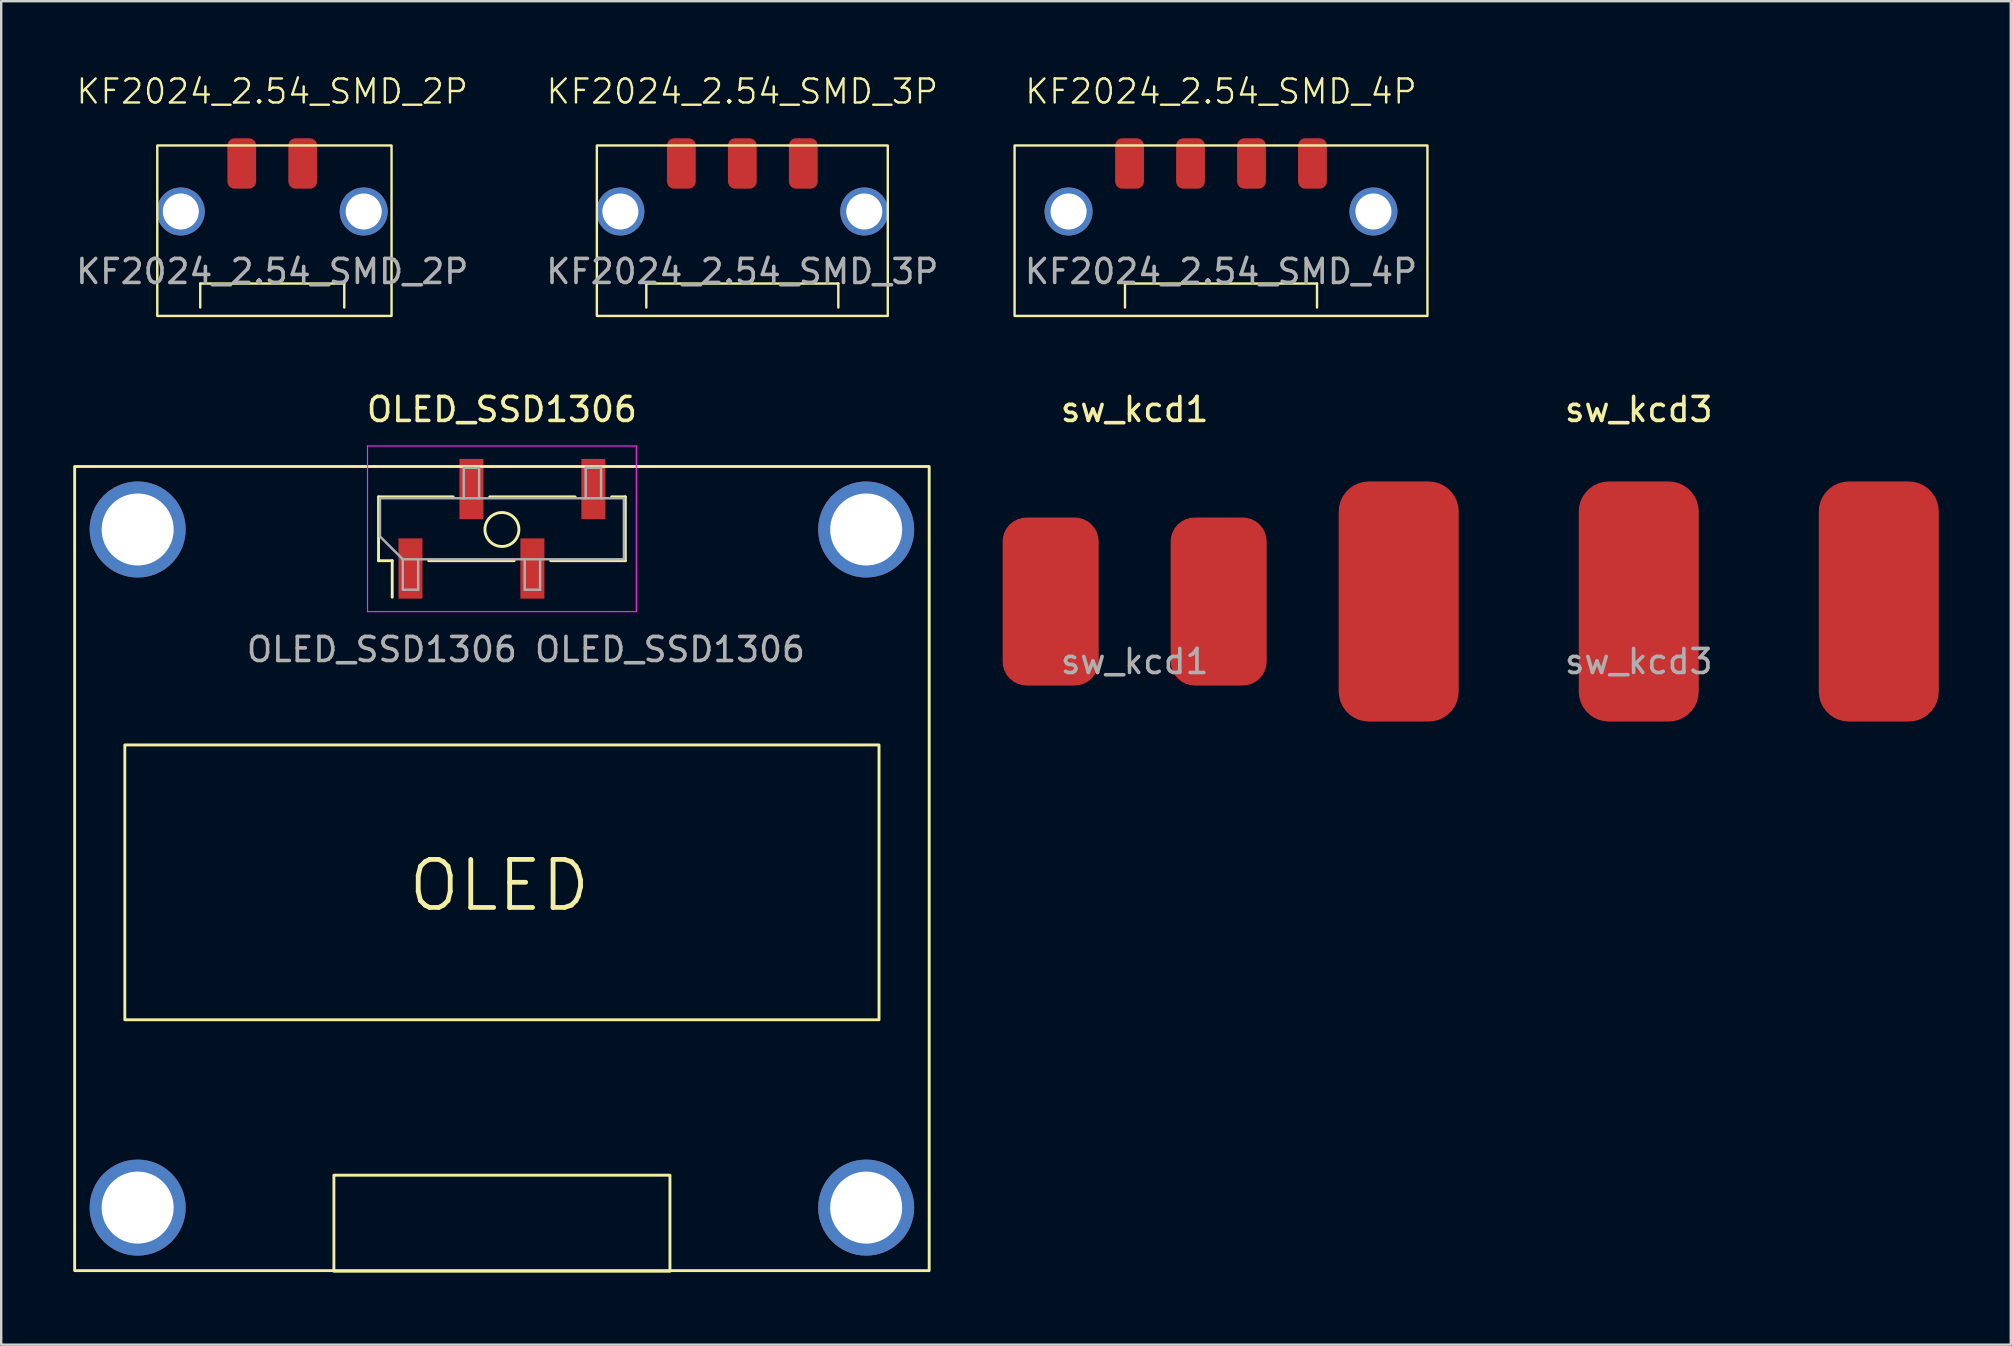
<source format=kicad_pcb>
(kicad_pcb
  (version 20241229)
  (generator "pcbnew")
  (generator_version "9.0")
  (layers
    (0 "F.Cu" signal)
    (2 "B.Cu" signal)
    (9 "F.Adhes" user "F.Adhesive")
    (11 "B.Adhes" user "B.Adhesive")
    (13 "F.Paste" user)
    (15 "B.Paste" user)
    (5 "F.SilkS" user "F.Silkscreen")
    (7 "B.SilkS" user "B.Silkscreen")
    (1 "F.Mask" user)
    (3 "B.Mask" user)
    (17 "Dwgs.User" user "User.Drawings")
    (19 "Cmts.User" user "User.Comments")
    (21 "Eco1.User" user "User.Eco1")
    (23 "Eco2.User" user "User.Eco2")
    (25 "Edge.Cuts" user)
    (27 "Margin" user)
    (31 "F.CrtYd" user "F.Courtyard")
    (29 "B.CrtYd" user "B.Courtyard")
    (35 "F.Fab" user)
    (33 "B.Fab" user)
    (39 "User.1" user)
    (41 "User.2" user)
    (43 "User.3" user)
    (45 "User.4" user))
  (footprint "KF2024_2.54_SMD_2P"
    (layer "F.Cu")
    (at 8.292 5.761)
    (property "Reference" "KF2024_2.54_SMD_2P" (at 0 -5 0) (unlocked yes) (layer "F.SilkS") (effects (font (size 1 1) (thickness 0.1))))
    (attr smd)
    (fp_line (start -3 3) (end 3 3) (stroke (width 0.1) (type default)) (layer "F.SilkS"))
    (fp_line (start -3 4) (end -3 3) (stroke (width 0.1) (type default)) (layer "F.SilkS"))
    (fp_line (start 3 3) (end 3 4) (stroke (width 0.1) (type default)) (layer "F.SilkS"))
    (fp_rect (start -4.79 -2.75) (end 4.97 4.35) (stroke (width 0.1) (type default)) (fill no) (layer "F.SilkS"))
    (fp_text user "${REFERENCE}" (at 0 2.5 0) (unlocked yes) (layer "F.Fab") (effects (font (size 1 1) (thickness 0.15))))
    (pad "1" smd roundrect (at -1.27 -2) (size 1.2 2.1) (layers "F.Cu" "F.Mask" "F.Paste") (roundrect_rratio 0.25))
    (pad "2" smd roundrect (at 1.27 -2) (size 1.2 2.1) (layers "F.Cu" "F.Mask" "F.Paste") (roundrect_rratio 0.25))
    (pad "MP" thru_hole circle (at -3.81 0) (size 2 2) (drill 1.5) (layers "*.Cu" "*.Mask"))
    (pad "MP" thru_hole circle (at 3.81 0) (size 2 2) (drill 1.5) (layers "*.Cu" "*.Mask")))
  (footprint "sw_kcd3"
    (layer "F.Cu")
    (at 65.22 22.009)
    (property "Reference" "sw_kcd3" (at 0 -8 0) (unlocked yes) (layer "F.SilkS") (effects (font (size 1 1) (thickness 0.15))))
    (attr smd)
    (fp_text user "${REFERENCE}" (at 0 2.5 0) (unlocked yes) (layer "F.Fab") (effects (font (size 1 1) (thickness 0.15))))
    (pad "1" smd roundrect (at -10 0) (size 5 10) (layers "F.Cu" "F.Mask" "F.Paste") (roundrect_rratio 0.25))
    (pad "2" smd roundrect (at 0 0) (size 5 10) (layers "F.Cu" "F.Mask" "F.Paste") (roundrect_rratio 0.25))
    (pad "3" smd roundrect (at 10 0) (size 5 10) (layers "F.Cu" "F.Mask" "F.Paste") (roundrect_rratio 0.25)))
  (footprint "sw_kcd1"
    (layer "F.Cu")
    (at 44.22 22.009)
    (property "Reference" "sw_kcd1" (at 0 -8 0) (unlocked yes) (layer "F.SilkS") (effects (font (size 1 1) (thickness 0.15))))
    (attr smd)
    (fp_text user "${REFERENCE}" (at 0 2.5 0) (unlocked yes) (layer "F.Fab") (effects (font (size 1 1) (thickness 0.15))))
    (pad "1" smd roundrect (at -3.5 0) (size 4 7) (layers "F.Cu" "F.Mask" "F.Paste") (roundrect_rratio 0.25))
    (pad "2" smd roundrect (at 3.5 0) (size 4 7) (layers "F.Cu" "F.Mask" "F.Paste") (roundrect_rratio 0.25)))
  (footprint "KF2024_2.54_SMD_3P"
    (layer "F.Cu")
    (at 27.875 5.761)
    (property "Reference" "KF2024_2.54_SMD_3P" (at 0 -5 0) (unlocked yes) (layer "F.SilkS") (effects (font (size 1 1) (thickness 0.1))))
    (attr smd)
    (fp_line (start -4 3) (end 4 3) (stroke (width 0.1) (type default)) (layer "F.SilkS"))
    (fp_line (start -4 4) (end -4 3) (stroke (width 0.1) (type default)) (layer "F.SilkS"))
    (fp_line (start 4 3) (end 4 4) (stroke (width 0.1) (type default)) (layer "F.SilkS"))
    (fp_rect (start -6.06 -2.75) (end 6.06 4.35) (stroke (width 0.1) (type default)) (fill no) (layer "F.SilkS"))
    (fp_text user "${REFERENCE}" (at 0 2.5 0) (unlocked yes) (layer "F.Fab") (effects (font (size 1 1) (thickness 0.15))))
    (pad "1" smd roundrect (at -2.54 -2) (size 1.2 2.1) (layers "F.Cu" "F.Mask" "F.Paste") (roundrect_rratio 0.25))
    (pad "2" smd roundrect (at 0 -2) (size 1.2 2.1) (layers "F.Cu" "F.Mask" "F.Paste") (roundrect_rratio 0.25))
    (pad "3" smd roundrect (at 2.54 -2) (size 1.2 2.1) (layers "F.Cu" "F.Mask" "F.Paste") (roundrect_rratio 0.25))
    (pad "MP" thru_hole circle (at -5.08 0) (size 2 2) (drill 1.5) (layers "*.Cu" "*.Mask"))
    (pad "MP" thru_hole circle (at 5.08 0) (size 2 2) (drill 1.5) (layers "*.Cu" "*.Mask")))
  (footprint "OLED_SSD1306"
    (layer "F.Cu")
    (at 17.86 19.009)
    (property "Reference" "OLED_SSD1306" (at 0 -5 0) (unlocked yes) (layer "F.SilkS") (effects (font (size 1 1) (thickness 0.15))))
    (attr smd)
    (fp_line (start -5.14 -1.36) (end -2.03 -1.36) (stroke (width 0.12) (type solid)) (layer "F.SilkS"))
    (fp_line (start -5.14 1.3) (end -5.14 -1.36) (stroke (width 0.12) (type solid)) (layer "F.SilkS"))
    (fp_line (start -5.14 1.3) (end -4.57 1.3) (stroke (width 0.12) (type solid)) (layer "F.SilkS"))
    (fp_line (start -4.57 1.3) (end -4.57 2.82) (stroke (width 0.12) (type solid)) (layer "F.SilkS"))
    (fp_line (start -3.05 1.3) (end 0.51 1.3) (stroke (width 0.12) (type solid)) (layer "F.SilkS"))
    (fp_line (start -0.51 -1.36) (end 3.05 -1.36) (stroke (width 0.12) (type solid)) (layer "F.SilkS"))
    (fp_line (start 2.03 1.3) (end 5.14 1.3) (stroke (width 0.12) (type solid)) (layer "F.SilkS"))
    (fp_line (start 4.57 -1.36) (end 5.14 -1.36) (stroke (width 0.12) (type solid)) (layer "F.SilkS"))
    (fp_line (start 5.14 1.3) (end 5.14 -1.36) (stroke (width 0.12) (type solid)) (layer "F.SilkS"))
    (fp_rect (start -17.8 -2.625) (end 17.8 30.875) (stroke (width 0.12) (type default)) (fill no) (layer "F.SilkS"))
    (fp_rect (start -15.71 8.975) (end 15.71 20.425) (stroke (width 0.12) (type default)) (fill no) (layer "F.SilkS"))
    (fp_rect (start -7 26.9) (end 7 30.9) (stroke (width 0.12) (type default)) (fill no) (layer "F.SilkS"))
    (fp_circle (center 0 0) (end 0.5 0.5) (stroke (width 0.12) (type default)) (fill no) (layer "F.SilkS"))
    (fp_line (start -5.6 -3.48) (end -5.6 3.42) (stroke (width 0.05) (type solid)) (layer "F.CrtYd"))
    (fp_line (start -5.6 3.42) (end 5.6 3.42) (stroke (width 0.05) (type solid)) (layer "F.CrtYd"))
    (fp_line (start 5.6 -3.48) (end -5.6 -3.48) (stroke (width 0.05) (type solid)) (layer "F.CrtYd"))
    (fp_line (start 5.6 3.42) (end 5.6 -3.48) (stroke (width 0.05) (type solid)) (layer "F.CrtYd"))
    (fp_line (start -5.08 -1.3) (end 5.08 -1.3) (stroke (width 0.1) (type solid)) (layer "F.Fab"))
    (fp_line (start -5.08 0.29) (end -5.08 -1.3) (stroke (width 0.1) (type solid)) (layer "F.Fab"))
    (fp_line (start -4.13 1.24) (end -5.08 0.29) (stroke (width 0.1) (type solid)) (layer "F.Fab"))
    (fp_line (start -4.13 1.24) (end -4.13 2.51) (stroke (width 0.1) (type solid)) (layer "F.Fab"))
    (fp_line (start -4.13 2.51) (end -3.49 2.51) (stroke (width 0.1) (type solid)) (layer "F.Fab"))
    (fp_line (start -3.49 2.51) (end -3.49 1.24) (stroke (width 0.1) (type solid)) (layer "F.Fab"))
    (fp_line (start -1.59 -2.57) (end -0.95 -2.57) (stroke (width 0.1) (type solid)) (layer "F.Fab"))
    (fp_line (start -1.59 -1.3) (end -1.59 -2.57) (stroke (width 0.1) (type solid)) (layer "F.Fab"))
    (fp_line (start -0.95 -2.57) (end -0.95 -1.3) (stroke (width 0.1) (type solid)) (layer "F.Fab"))
    (fp_line (start 0.95 1.24) (end 0.95 2.51) (stroke (width 0.1) (type solid)) (layer "F.Fab"))
    (fp_line (start 0.95 2.51) (end 1.59 2.51) (stroke (width 0.1) (type solid)) (layer "F.Fab"))
    (fp_line (start 1.59 2.51) (end 1.59 1.24) (stroke (width 0.1) (type solid)) (layer "F.Fab"))
    (fp_line (start 3.49 -2.57) (end 4.13 -2.57) (stroke (width 0.1) (type solid)) (layer "F.Fab"))
    (fp_line (start 3.49 -1.3) (end 3.49 -2.57) (stroke (width 0.1) (type solid)) (layer "F.Fab"))
    (fp_line (start 4.13 -2.57) (end 4.13 -1.3) (stroke (width 0.1) (type solid)) (layer "F.Fab"))
    (fp_line (start 5.08 -1.3) (end 5.08 1.24) (stroke (width 0.1) (type solid)) (layer "F.Fab"))
    (fp_line (start 5.08 1.24) (end -4.13 1.24) (stroke (width 0.1) (type solid)) (layer "F.Fab"))
    (fp_text user "OLED" (at -4 16 0) (unlocked yes) (layer "F.SilkS") (effects (font (size 2 2) (thickness 0.2)) (justify left bottom)))
    (fp_text user "${REFERENCE}" (at -5 5 180) (layer "F.Fab") (effects (font (size 1 1) (thickness 0.15))))
    (fp_text user "${REFERENCE}" (at 7 5 0) (unlocked yes) (layer "F.Fab") (effects (font (size 1 1) (thickness 0.15))))
    (pad "1" smd rect (at -3.81 1.625 90) (size 2.51 1) (layers "F.Cu" "F.Mask" "F.Paste"))
    (pad "2" smd rect (at -1.27 -1.685 90) (size 2.51 1) (layers "F.Cu" "F.Mask" "F.Paste"))
    (pad "3" smd rect (at 1.27 1.625 90) (size 2.51 1) (layers "F.Cu" "F.Mask" "F.Paste"))
    (pad "4" smd rect (at 3.81 -1.685 90) (size 2.51 1) (layers "F.Cu" "F.Mask" "F.Paste"))
    (pad "MP" thru_hole circle (at -15.175 0) (size 4 4) (drill 3) (layers "*.Cu" "*.Mask"))
    (pad "MP" thru_hole circle (at -15.175 28.25) (size 4 4) (drill 3) (layers "*.Cu" "*.Mask"))
    (pad "MP" thru_hole circle (at 15.175 0) (size 4 4) (drill 3) (layers "*.Cu" "*.Mask"))
    (pad "MP" thru_hole circle (at 15.175 28.25) (size 4 4) (drill 3) (layers "*.Cu" "*.Mask")))
  (footprint "KF2024_2.54_SMD_4P"
    (layer "F.Cu")
    (at 47.817 5.761)
    (property "Reference" "KF2024_2.54_SMD_4P" (at 0 -5 0) (unlocked yes) (layer "F.SilkS") (effects (font (size 1 1) (thickness 0.1))))
    (attr smd)
    (fp_line (start -4 3) (end 4 3) (stroke (width 0.1) (type default)) (layer "F.SilkS"))
    (fp_line (start -4 4) (end -4 3) (stroke (width 0.1) (type default)) (layer "F.SilkS"))
    (fp_line (start 4 3) (end 4 4) (stroke (width 0.1) (type default)) (layer "F.SilkS"))
    (fp_rect (start -8.6 -2.75) (end 8.6 4.35) (stroke (width 0.1) (type default)) (fill no) (layer "F.SilkS"))
    (fp_text user "${REFERENCE}" (at 0 2.5 0) (unlocked yes) (layer "F.Fab") (effects (font (size 1 1) (thickness 0.15))))
    (pad "1" smd roundrect (at -3.81 -2) (size 1.2 2.1) (layers "F.Cu" "F.Mask" "F.Paste") (roundrect_rratio 0.25))
    (pad "2" smd roundrect (at -1.27 -2) (size 1.2 2.1) (layers "F.Cu" "F.Mask" "F.Paste") (roundrect_rratio 0.25))
    (pad "3" smd roundrect (at 1.27 -2) (size 1.2 2.1) (layers "F.Cu" "F.Mask" "F.Paste") (roundrect_rratio 0.25))
    (pad "4" smd roundrect (at 3.81 -2) (size 1.2 2.1) (layers "F.Cu" "F.Mask" "F.Paste") (roundrect_rratio 0.25))
    (pad "MP" thru_hole circle (at -6.35 0) (size 2 2) (drill 1.5) (layers "*.Cu" "*.Mask"))
    (pad "MP" thru_hole circle (at 6.35 0) (size 2 2) (drill 1.5) (layers "*.Cu" "*.Mask")))
  (gr_rect
    (start -3 -3)
    (end 80.72 52.969)
    (stroke (width 0.1) (type default))
    (fill no)
    (layer "Edge.Cuts")))
</source>
